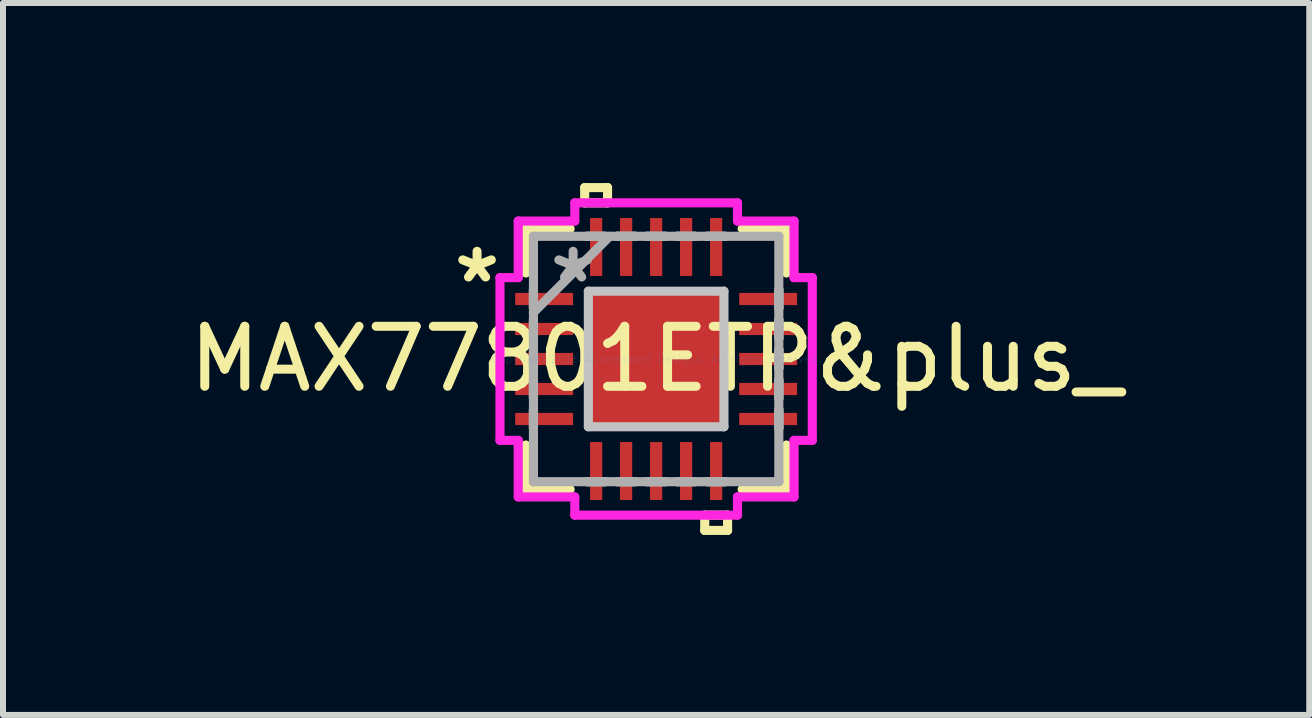
<source format=kicad_pcb>
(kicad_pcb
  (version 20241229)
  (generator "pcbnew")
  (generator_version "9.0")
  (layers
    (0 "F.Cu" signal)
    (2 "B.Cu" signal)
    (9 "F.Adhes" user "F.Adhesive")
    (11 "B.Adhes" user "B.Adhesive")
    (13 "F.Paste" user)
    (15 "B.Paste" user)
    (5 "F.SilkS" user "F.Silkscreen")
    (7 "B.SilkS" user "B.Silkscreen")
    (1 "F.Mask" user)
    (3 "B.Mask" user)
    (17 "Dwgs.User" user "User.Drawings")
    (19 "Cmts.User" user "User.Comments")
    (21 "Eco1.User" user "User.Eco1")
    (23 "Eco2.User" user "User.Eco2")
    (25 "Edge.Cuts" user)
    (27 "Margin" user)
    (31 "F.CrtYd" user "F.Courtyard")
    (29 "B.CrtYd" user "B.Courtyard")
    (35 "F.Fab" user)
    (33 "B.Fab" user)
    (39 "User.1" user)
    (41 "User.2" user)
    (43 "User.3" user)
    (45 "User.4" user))
  (footprint "MAX77801ETP&plus_"
    (layer "F.Cu")
    (at 7.887 2.934)
    (property "Reference" "MAX77801ETP&plus_" (at 0 0 0) (layer "F.SilkS") (effects (font (size 1 1) (thickness 0.15))))
    (attr through_hole)
    (fp_line (start -2.172 -2.172) (end -2.172 -1.434) (stroke (width 0.152) (type solid)) (layer "F.SilkS"))
    (fp_line (start -2.172 1.434) (end -2.172 2.172) (stroke (width 0.152) (type solid)) (layer "F.SilkS"))
    (fp_line (start -2.172 2.172) (end -1.434 2.172) (stroke (width 0.152) (type solid)) (layer "F.SilkS"))
    (fp_line (start -1.434 -2.172) (end -2.172 -2.172) (stroke (width 0.152) (type solid)) (layer "F.SilkS"))
    (fp_line (start -1.191 -2.857) (end -0.81 -2.857) (stroke (width 0.152) (type solid)) (layer "F.SilkS"))
    (fp_line (start -1.191 -2.603) (end -1.191 -2.857) (stroke (width 0.152) (type solid)) (layer "F.SilkS"))
    (fp_line (start -0.81 -2.857) (end -0.81 -2.603) (stroke (width 0.152) (type solid)) (layer "F.SilkS"))
    (fp_line (start -0.81 -2.603) (end -1.191 -2.603) (stroke (width 0.152) (type solid)) (layer "F.SilkS"))
    (fp_line (start 0.81 2.603) (end 0.81 2.857) (stroke (width 0.152) (type solid)) (layer "F.SilkS"))
    (fp_line (start 0.81 2.857) (end 1.191 2.857) (stroke (width 0.152) (type solid)) (layer "F.SilkS"))
    (fp_line (start 1.191 2.603) (end 0.81 2.603) (stroke (width 0.152) (type solid)) (layer "F.SilkS"))
    (fp_line (start 1.191 2.857) (end 1.191 2.603) (stroke (width 0.152) (type solid)) (layer "F.SilkS"))
    (fp_line (start 1.434 2.172) (end 2.172 2.172) (stroke (width 0.152) (type solid)) (layer "F.SilkS"))
    (fp_line (start 2.172 -2.172) (end 1.434 -2.172) (stroke (width 0.152) (type solid)) (layer "F.SilkS"))
    (fp_line (start 2.172 -1.434) (end 2.172 -2.172) (stroke (width 0.152) (type solid)) (layer "F.SilkS"))
    (fp_line (start 2.172 2.172) (end 2.172 1.434) (stroke (width 0.152) (type solid)) (layer "F.SilkS"))
    (fp_line (start -1.13 -1.13) (end -1.13 1.13) (stroke (width 0.152) (type solid)) (layer "Dwgs.User"))
    (fp_line (start -1.13 1.13) (end 1.13 1.13) (stroke (width 0.152) (type solid)) (layer "Dwgs.User"))
    (fp_line (start 1.13 -1.13) (end -1.13 -1.13) (stroke (width 0.152) (type solid)) (layer "Dwgs.User"))
    (fp_line (start 1.13 1.13) (end 1.13 -1.13) (stroke (width 0.152) (type solid)) (layer "Dwgs.User"))
    (fp_line (start -2.603 -1.356) (end -2.299 -1.356) (stroke (width 0.152) (type solid)) (layer "F.CrtYd"))
    (fp_line (start -2.603 1.356) (end -2.603 -1.356) (stroke (width 0.152) (type solid)) (layer "F.CrtYd"))
    (fp_line (start -2.299 -2.299) (end -1.356 -2.299) (stroke (width 0.152) (type solid)) (layer "F.CrtYd"))
    (fp_line (start -2.299 -1.356) (end -2.299 -2.299) (stroke (width 0.152) (type solid)) (layer "F.CrtYd"))
    (fp_line (start -2.299 1.356) (end -2.603 1.356) (stroke (width 0.152) (type solid)) (layer "F.CrtYd"))
    (fp_line (start -2.299 2.299) (end -2.299 1.356) (stroke (width 0.152) (type solid)) (layer "F.CrtYd"))
    (fp_line (start -1.356 -2.603) (end 1.356 -2.603) (stroke (width 0.152) (type solid)) (layer "F.CrtYd"))
    (fp_line (start -1.356 -2.299) (end -1.356 -2.603) (stroke (width 0.152) (type solid)) (layer "F.CrtYd"))
    (fp_line (start -1.356 2.299) (end -2.299 2.299) (stroke (width 0.152) (type solid)) (layer "F.CrtYd"))
    (fp_line (start -1.356 2.603) (end -1.356 2.299) (stroke (width 0.152) (type solid)) (layer "F.CrtYd"))
    (fp_line (start 1.356 -2.603) (end 1.356 -2.299) (stroke (width 0.152) (type solid)) (layer "F.CrtYd"))
    (fp_line (start 1.356 -2.299) (end 2.299 -2.299) (stroke (width 0.152) (type solid)) (layer "F.CrtYd"))
    (fp_line (start 1.356 2.299) (end 1.356 2.603) (stroke (width 0.152) (type solid)) (layer "F.CrtYd"))
    (fp_line (start 1.356 2.603) (end -1.356 2.603) (stroke (width 0.152) (type solid)) (layer "F.CrtYd"))
    (fp_line (start 2.299 -2.299) (end 2.299 -1.356) (stroke (width 0.152) (type solid)) (layer "F.CrtYd"))
    (fp_line (start 2.299 -1.356) (end 2.603 -1.356) (stroke (width 0.152) (type solid)) (layer "F.CrtYd"))
    (fp_line (start 2.299 1.356) (end 2.299 2.299) (stroke (width 0.152) (type solid)) (layer "F.CrtYd"))
    (fp_line (start 2.299 2.299) (end 1.356 2.299) (stroke (width 0.152) (type solid)) (layer "F.CrtYd"))
    (fp_line (start 2.603 -1.356) (end 2.603 1.356) (stroke (width 0.152) (type solid)) (layer "F.CrtYd"))
    (fp_line (start 2.603 1.356) (end 2.299 1.356) (stroke (width 0.152) (type solid)) (layer "F.CrtYd"))
    (fp_line (start -2.045 -2.045) (end -2.045 -2.045) (stroke (width 0.152) (type solid)) (layer "F.Fab"))
    (fp_line (start -2.045 -2.045) (end -2.045 2.045) (stroke (width 0.152) (type solid)) (layer "F.Fab"))
    (fp_line (start -2.045 -1.152) (end -2.045 -1.152) (stroke (width 0.152) (type solid)) (layer "F.Fab"))
    (fp_line (start -2.045 -1.152) (end -2.045 -0.848) (stroke (width 0.152) (type solid)) (layer "F.Fab"))
    (fp_line (start -2.045 -0.848) (end -2.045 -1.152) (stroke (width 0.152) (type solid)) (layer "F.Fab"))
    (fp_line (start -2.045 -0.848) (end -2.045 -0.848) (stroke (width 0.152) (type solid)) (layer "F.Fab"))
    (fp_line (start -2.045 -0.775) (end -0.775 -2.045) (stroke (width 0.152) (type solid)) (layer "F.Fab"))
    (fp_line (start -2.045 -0.652) (end -2.045 -0.652) (stroke (width 0.152) (type solid)) (layer "F.Fab"))
    (fp_line (start -2.045 -0.652) (end -2.045 -0.348) (stroke (width 0.152) (type solid)) (layer "F.Fab"))
    (fp_line (start -2.045 -0.348) (end -2.045 -0.652) (stroke (width 0.152) (type solid)) (layer "F.Fab"))
    (fp_line (start -2.045 -0.348) (end -2.045 -0.348) (stroke (width 0.152) (type solid)) (layer "F.Fab"))
    (fp_line (start -2.045 -0.152) (end -2.045 -0.152) (stroke (width 0.152) (type solid)) (layer "F.Fab"))
    (fp_line (start -2.045 -0.152) (end -2.045 0.152) (stroke (width 0.152) (type solid)) (layer "F.Fab"))
    (fp_line (start -2.045 0.152) (end -2.045 -0.152) (stroke (width 0.152) (type solid)) (layer "F.Fab"))
    (fp_line (start -2.045 0.152) (end -2.045 0.152) (stroke (width 0.152) (type solid)) (layer "F.Fab"))
    (fp_line (start -2.045 0.348) (end -2.045 0.348) (stroke (width 0.152) (type solid)) (layer "F.Fab"))
    (fp_line (start -2.045 0.348) (end -2.045 0.652) (stroke (width 0.152) (type solid)) (layer "F.Fab"))
    (fp_line (start -2.045 0.652) (end -2.045 0.348) (stroke (width 0.152) (type solid)) (layer "F.Fab"))
    (fp_line (start -2.045 0.652) (end -2.045 0.652) (stroke (width 0.152) (type solid)) (layer "F.Fab"))
    (fp_line (start -2.045 0.848) (end -2.045 0.848) (stroke (width 0.152) (type solid)) (layer "F.Fab"))
    (fp_line (start -2.045 0.848) (end -2.045 1.152) (stroke (width 0.152) (type solid)) (layer "F.Fab"))
    (fp_line (start -2.045 1.152) (end -2.045 0.848) (stroke (width 0.152) (type solid)) (layer "F.Fab"))
    (fp_line (start -2.045 1.152) (end -2.045 1.152) (stroke (width 0.152) (type solid)) (layer "F.Fab"))
    (fp_line (start -2.045 2.045) (end -2.045 2.045) (stroke (width 0.152) (type solid)) (layer "F.Fab"))
    (fp_line (start -2.045 2.045) (end 2.045 2.045) (stroke (width 0.152) (type solid)) (layer "F.Fab"))
    (fp_line (start -1.152 -2.045) (end -1.152 -2.045) (stroke (width 0.152) (type solid)) (layer "F.Fab"))
    (fp_line (start -1.152 -2.045) (end -0.848 -2.045) (stroke (width 0.152) (type solid)) (layer "F.Fab"))
    (fp_line (start -1.152 2.045) (end -1.152 2.045) (stroke (width 0.152) (type solid)) (layer "F.Fab"))
    (fp_line (start -1.152 2.045) (end -0.848 2.045) (stroke (width 0.152) (type solid)) (layer "F.Fab"))
    (fp_line (start -0.848 -2.045) (end -1.152 -2.045) (stroke (width 0.152) (type solid)) (layer "F.Fab"))
    (fp_line (start -0.848 -2.045) (end -0.848 -2.045) (stroke (width 0.152) (type solid)) (layer "F.Fab"))
    (fp_line (start -0.848 2.045) (end -1.152 2.045) (stroke (width 0.152) (type solid)) (layer "F.Fab"))
    (fp_line (start -0.848 2.045) (end -0.848 2.045) (stroke (width 0.152) (type solid)) (layer "F.Fab"))
    (fp_line (start -0.652 -2.045) (end -0.652 -2.045) (stroke (width 0.152) (type solid)) (layer "F.Fab"))
    (fp_line (start -0.652 -2.045) (end -0.348 -2.045) (stroke (width 0.152) (type solid)) (layer "F.Fab"))
    (fp_line (start -0.652 2.045) (end -0.652 2.045) (stroke (width 0.152) (type solid)) (layer "F.Fab"))
    (fp_line (start -0.652 2.045) (end -0.348 2.045) (stroke (width 0.152) (type solid)) (layer "F.Fab"))
    (fp_line (start -0.348 -2.045) (end -0.652 -2.045) (stroke (width 0.152) (type solid)) (layer "F.Fab"))
    (fp_line (start -0.348 -2.045) (end -0.348 -2.045) (stroke (width 0.152) (type solid)) (layer "F.Fab"))
    (fp_line (start -0.348 2.045) (end -0.652 2.045) (stroke (width 0.152) (type solid)) (layer "F.Fab"))
    (fp_line (start -0.348 2.045) (end -0.348 2.045) (stroke (width 0.152) (type solid)) (layer "F.Fab"))
    (fp_line (start -0.152 -2.045) (end -0.152 -2.045) (stroke (width 0.152) (type solid)) (layer "F.Fab"))
    (fp_line (start -0.152 -2.045) (end 0.152 -2.045) (stroke (width 0.152) (type solid)) (layer "F.Fab"))
    (fp_line (start -0.152 2.045) (end -0.152 2.045) (stroke (width 0.152) (type solid)) (layer "F.Fab"))
    (fp_line (start -0.152 2.045) (end 0.152 2.045) (stroke (width 0.152) (type solid)) (layer "F.Fab"))
    (fp_line (start 0.152 -2.045) (end -0.152 -2.045) (stroke (width 0.152) (type solid)) (layer "F.Fab"))
    (fp_line (start 0.152 -2.045) (end 0.152 -2.045) (stroke (width 0.152) (type solid)) (layer "F.Fab"))
    (fp_line (start 0.152 2.045) (end -0.152 2.045) (stroke (width 0.152) (type solid)) (layer "F.Fab"))
    (fp_line (start 0.152 2.045) (end 0.152 2.045) (stroke (width 0.152) (type solid)) (layer "F.Fab"))
    (fp_line (start 0.348 -2.045) (end 0.348 -2.045) (stroke (width 0.152) (type solid)) (layer "F.Fab"))
    (fp_line (start 0.348 -2.045) (end 0.652 -2.045) (stroke (width 0.152) (type solid)) (layer "F.Fab"))
    (fp_line (start 0.348 2.045) (end 0.348 2.045) (stroke (width 0.152) (type solid)) (layer "F.Fab"))
    (fp_line (start 0.348 2.045) (end 0.652 2.045) (stroke (width 0.152) (type solid)) (layer "F.Fab"))
    (fp_line (start 0.652 -2.045) (end 0.348 -2.045) (stroke (width 0.152) (type solid)) (layer "F.Fab"))
    (fp_line (start 0.652 -2.045) (end 0.652 -2.045) (stroke (width 0.152) (type solid)) (layer "F.Fab"))
    (fp_line (start 0.652 2.045) (end 0.348 2.045) (stroke (width 0.152) (type solid)) (layer "F.Fab"))
    (fp_line (start 0.652 2.045) (end 0.652 2.045) (stroke (width 0.152) (type solid)) (layer "F.Fab"))
    (fp_line (start 0.848 -2.045) (end 0.848 -2.045) (stroke (width 0.152) (type solid)) (layer "F.Fab"))
    (fp_line (start 0.848 -2.045) (end 1.152 -2.045) (stroke (width 0.152) (type solid)) (layer "F.Fab"))
    (fp_line (start 0.848 2.045) (end 0.848 2.045) (stroke (width 0.152) (type solid)) (layer "F.Fab"))
    (fp_line (start 0.848 2.045) (end 1.152 2.045) (stroke (width 0.152) (type solid)) (layer "F.Fab"))
    (fp_line (start 1.152 -2.045) (end 0.848 -2.045) (stroke (width 0.152) (type solid)) (layer "F.Fab"))
    (fp_line (start 1.152 -2.045) (end 1.152 -2.045) (stroke (width 0.152) (type solid)) (layer "F.Fab"))
    (fp_line (start 1.152 2.045) (end 0.848 2.045) (stroke (width 0.152) (type solid)) (layer "F.Fab"))
    (fp_line (start 1.152 2.045) (end 1.152 2.045) (stroke (width 0.152) (type solid)) (layer "F.Fab"))
    (fp_line (start 2.045 -2.045) (end -2.045 -2.045) (stroke (width 0.152) (type solid)) (layer "F.Fab"))
    (fp_line (start 2.045 -2.045) (end 2.045 -2.045) (stroke (width 0.152) (type solid)) (layer "F.Fab"))
    (fp_line (start 2.045 -1.152) (end 2.045 -1.152) (stroke (width 0.152) (type solid)) (layer "F.Fab"))
    (fp_line (start 2.045 -1.152) (end 2.045 -0.848) (stroke (width 0.152) (type solid)) (layer "F.Fab"))
    (fp_line (start 2.045 -0.848) (end 2.045 -1.152) (stroke (width 0.152) (type solid)) (layer "F.Fab"))
    (fp_line (start 2.045 -0.848) (end 2.045 -0.848) (stroke (width 0.152) (type solid)) (layer "F.Fab"))
    (fp_line (start 2.045 -0.652) (end 2.045 -0.652) (stroke (width 0.152) (type solid)) (layer "F.Fab"))
    (fp_line (start 2.045 -0.652) (end 2.045 -0.348) (stroke (width 0.152) (type solid)) (layer "F.Fab"))
    (fp_line (start 2.045 -0.348) (end 2.045 -0.652) (stroke (width 0.152) (type solid)) (layer "F.Fab"))
    (fp_line (start 2.045 -0.348) (end 2.045 -0.348) (stroke (width 0.152) (type solid)) (layer "F.Fab"))
    (fp_line (start 2.045 -0.152) (end 2.045 -0.152) (stroke (width 0.152) (type solid)) (layer "F.Fab"))
    (fp_line (start 2.045 -0.152) (end 2.045 0.152) (stroke (width 0.152) (type solid)) (layer "F.Fab"))
    (fp_line (start 2.045 0.152) (end 2.045 -0.152) (stroke (width 0.152) (type solid)) (layer "F.Fab"))
    (fp_line (start 2.045 0.152) (end 2.045 0.152) (stroke (width 0.152) (type solid)) (layer "F.Fab"))
    (fp_line (start 2.045 0.348) (end 2.045 0.348) (stroke (width 0.152) (type solid)) (layer "F.Fab"))
    (fp_line (start 2.045 0.348) (end 2.045 0.652) (stroke (width 0.152) (type solid)) (layer "F.Fab"))
    (fp_line (start 2.045 0.652) (end 2.045 0.348) (stroke (width 0.152) (type solid)) (layer "F.Fab"))
    (fp_line (start 2.045 0.652) (end 2.045 0.652) (stroke (width 0.152) (type solid)) (layer "F.Fab"))
    (fp_line (start 2.045 0.848) (end 2.045 0.848) (stroke (width 0.152) (type solid)) (layer "F.Fab"))
    (fp_line (start 2.045 0.848) (end 2.045 1.152) (stroke (width 0.152) (type solid)) (layer "F.Fab"))
    (fp_line (start 2.045 1.152) (end 2.045 0.848) (stroke (width 0.152) (type solid)) (layer "F.Fab"))
    (fp_line (start 2.045 1.152) (end 2.045 1.152) (stroke (width 0.152) (type solid)) (layer "F.Fab"))
    (fp_line (start 2.045 2.045) (end 2.045 -2.045) (stroke (width 0.152) (type solid)) (layer "F.Fab"))
    (fp_line (start 2.045 2.045) (end 2.045 2.045) (stroke (width 0.152) (type solid)) (layer "F.Fab"))
    (fp_text user "*" (at -2.985 -1.25 0) (layer "F.SilkS") (effects (font (size 1 1) (thickness 0.15))))
    (fp_text user "Copyright 2016 Accelerated Designs. All rights reserved." (at 0 0 0) (layer "Cmts.User") (effects (font (size 0.127 0.127) (thickness 0.002))))
    (fp_text user "*" (at -1.384 -1.25 0) (layer "F.Fab") (effects (font (size 1 1) (thickness 0.15))))
    (pad "1" smd rect (at -1.867 -1 90) (size 0.203 0.965) (layers "F.Cu" "F.Mask" "F.Paste"))
    (pad "2" smd rect (at -1.867 -0.5 90) (size 0.203 0.965) (layers "F.Cu" "F.Mask" "F.Paste"))
    (pad "3" smd rect (at -1.867 0 90) (size 0.203 0.965) (layers "F.Cu" "F.Mask" "F.Paste"))
    (pad "4" smd rect (at -1.867 0.5 90) (size 0.203 0.965) (layers "F.Cu" "F.Mask" "F.Paste"))
    (pad "5" smd rect (at -1.867 1 90) (size 0.203 0.965) (layers "F.Cu" "F.Mask" "F.Paste"))
    (pad "6" smd rect (at -1 1.867) (size 0.203 0.965) (layers "F.Cu" "F.Mask" "F.Paste"))
    (pad "7" smd rect (at -0.5 1.867) (size 0.203 0.965) (layers "F.Cu" "F.Mask" "F.Paste"))
    (pad "8" smd rect (at 0 1.867) (size 0.203 0.965) (layers "F.Cu" "F.Mask" "F.Paste"))
    (pad "9" smd rect (at 0.5 1.867) (size 0.203 0.965) (layers "F.Cu" "F.Mask" "F.Paste"))
    (pad "10" smd rect (at 1 1.867) (size 0.203 0.965) (layers "F.Cu" "F.Mask" "F.Paste"))
    (pad "11" smd rect (at 1.867 1 90) (size 0.203 0.965) (layers "F.Cu" "F.Mask" "F.Paste"))
    (pad "12" smd rect (at 1.867 0.5 90) (size 0.203 0.965) (layers "F.Cu" "F.Mask" "F.Paste"))
    (pad "13" smd rect (at 1.867 0 90) (size 0.203 0.965) (layers "F.Cu" "F.Mask" "F.Paste"))
    (pad "14" smd rect (at 1.867 -0.5 90) (size 0.203 0.965) (layers "F.Cu" "F.Mask" "F.Paste"))
    (pad "15" smd rect (at 1.867 -1 90) (size 0.203 0.965) (layers "F.Cu" "F.Mask" "F.Paste"))
    (pad "16" smd rect (at 1 -1.867) (size 0.203 0.965) (layers "F.Cu" "F.Mask" "F.Paste"))
    (pad "17" smd rect (at 0.5 -1.867) (size 0.203 0.965) (layers "F.Cu" "F.Mask" "F.Paste"))
    (pad "18" smd rect (at 0 -1.867) (size 0.203 0.965) (layers "F.Cu" "F.Mask" "F.Paste"))
    (pad "19" smd rect (at -0.5 -1.867) (size 0.203 0.965) (layers "F.Cu" "F.Mask" "F.Paste"))
    (pad "20" smd rect (at -1 -1.867) (size 0.203 0.965) (layers "F.Cu" "F.Mask" "F.Paste"))
    (pad "21" smd rect (at 0 0) (size 2.261 2.261) (layers "F.Cu" "F.Mask" "F.Paste")))
  (gr_rect
    (start -3 -3)
    (end 18.774 8.867)
    (stroke (width 0.1) (type default))
    (fill no)
    (layer "Edge.Cuts")))
</source>
